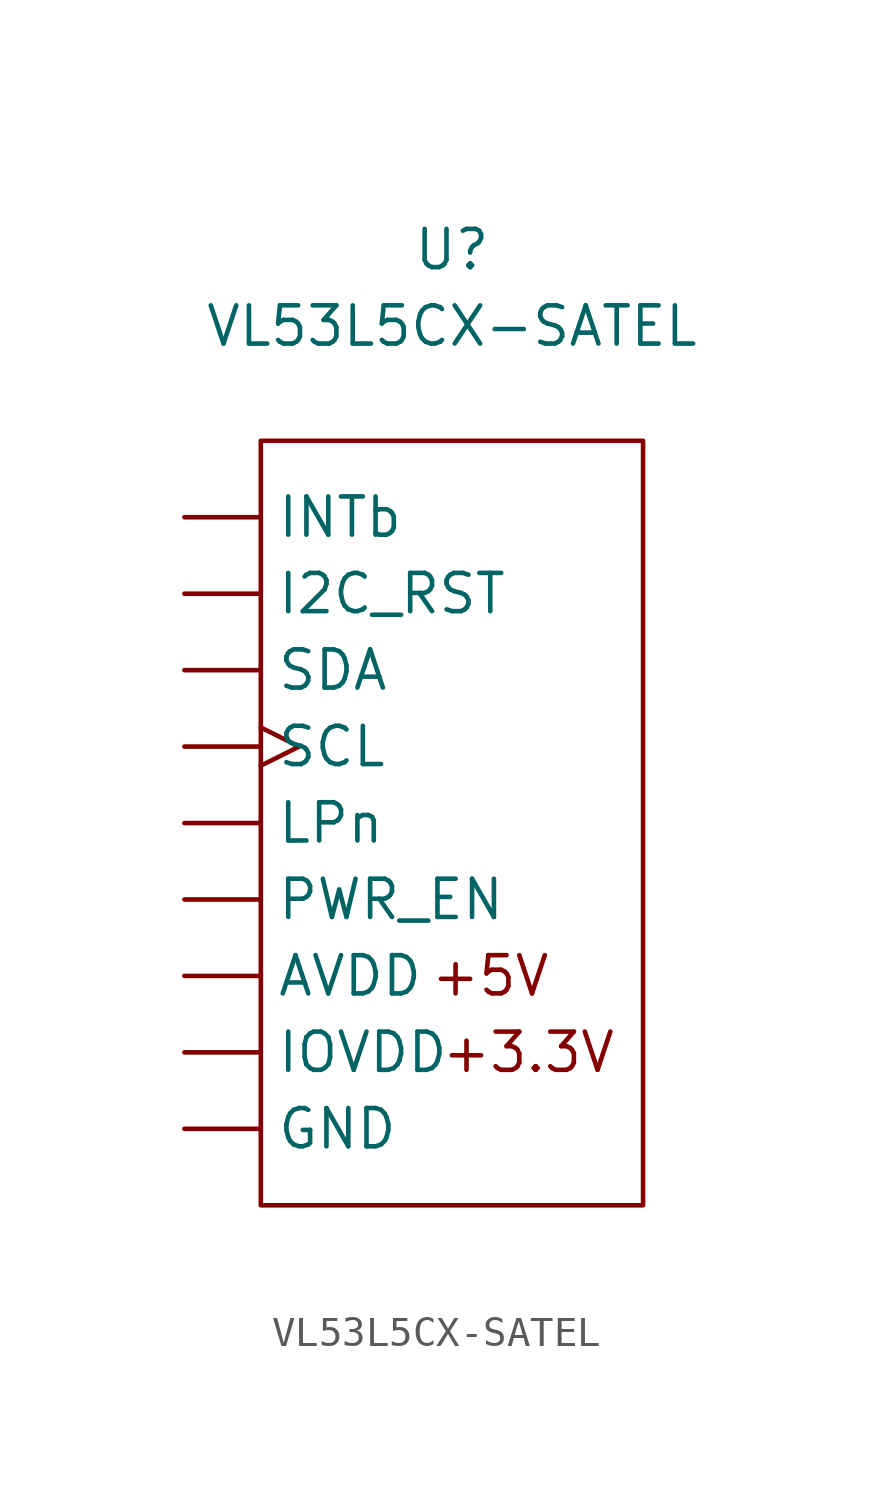
<source format=kicad_sym>
(kicad_symbol_lib
  (version 20211014)
  (generator kicad_symbol_editor)
  (symbol "VL53L5CX-SATEL"
    (property "Reference" "U"
      (at 0 0 0)
      (effects (font (size 1.27 1.27))))
    (property "Value" "VL53L5CX-SATEL"
      (at 0 -2.54 0)
      (effects (font (size 1.27 1.27))))
    (symbol "VL53L5CX-SATEL_0_0"
      (text "+3.3V" (at 2.54 -26.67 0) (effects (font (size 1.27 1.27))))
      (text "+5V" (at 1.27 -24.13 0) (effects (font (size 1.27 1.27)))))
    (symbol "VL53L5CX-SATEL_0_1"
      (rectangle (start -6.35 -6.35) (end 6.35 -31.75) (stroke (width 0.152) (type default) (color 0 0 0 0)) (fill (type none))))
    (symbol "VL53L5CX-SATEL_1_1"
      (pin power_in line (at -8.89 -24.13 0) (length 2.54) (name "AVDD" (effects (font (size 1.27 1.27)))) (number "" (effects (font (size 1.27 1.27)))))
      (pin input line (at -8.89 -29.21 0) (length 2.54) (name "GND" (effects (font (size 1.27 1.27)))) (number "" (effects (font (size 1.27 1.27)))))
      (pin input line (at -8.89 -11.43 0) (length 2.54) (name "I2C_RST" (effects (font (size 1.27 1.27)))) (number "" (effects (font (size 1.27 1.27)))))
      (pin output line (at -8.89 -8.89 0) (length 2.54) (name "INTb" (effects (font (size 1.27 1.27)))) (number "" (effects (font (size 1.27 1.27)))))
      (pin power_in line (at -8.89 -26.67 0) (length 2.54) (name "IOVDD" (effects (font (size 1.27 1.27)))) (number "" (effects (font (size 1.27 1.27)))))
      (pin input line (at -8.89 -19.05 0) (length 2.54) (name "LPn" (effects (font (size 1.27 1.27)))) (number "" (effects (font (size 1.27 1.27)))))
      (pin input line (at -8.89 -21.59 0) (length 2.54) (name "PWR_EN" (effects (font (size 1.27 1.27)))) (number "" (effects (font (size 1.27 1.27)))))
      (pin input clock (at -8.89 -16.51 0) (length 2.54) (name "SCL" (effects (font (size 1.27 1.27)))) (number "" (effects (font (size 1.27 1.27)))))
      (pin bidirectional line (at -8.89 -13.97 0) (length 2.54) (name "SDA" (effects (font (size 1.27 1.27)))) (number "" (effects (font (size 1.27 1.27))))))))
</source>
